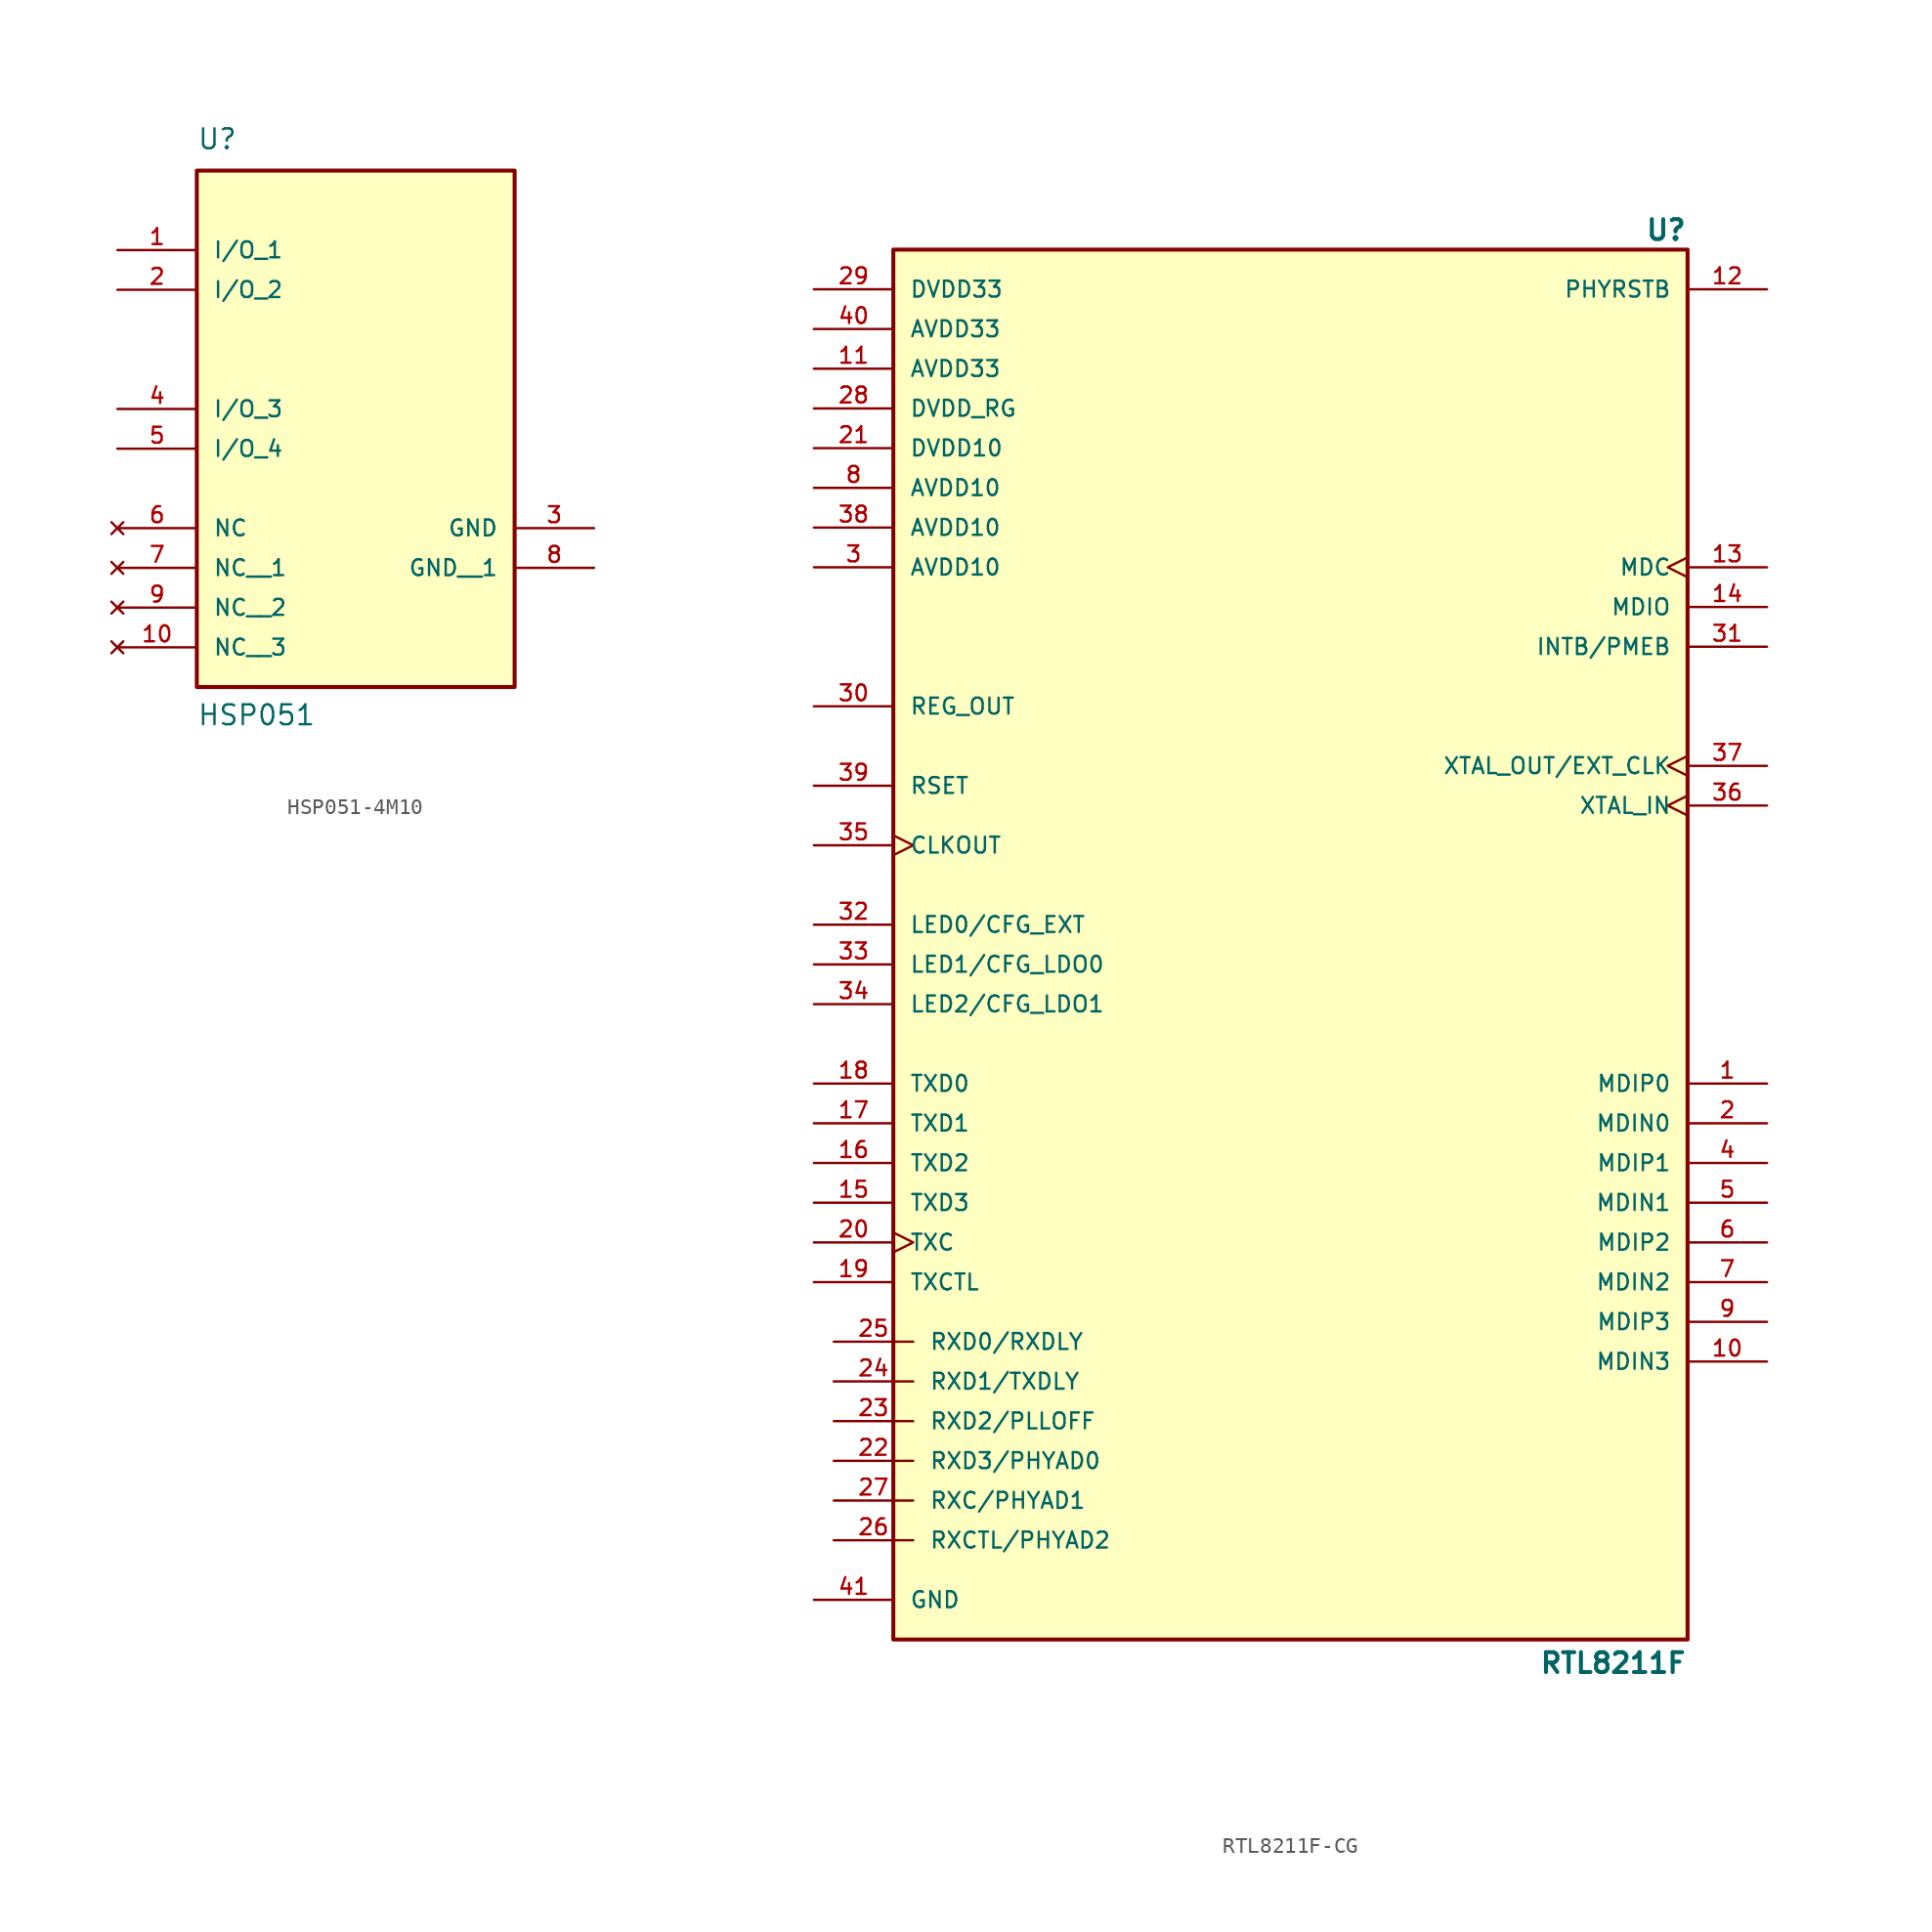
<source format=kicad_sym>
(kicad_symbol_lib
  (version 20231120)
  (generator "kicad_symbol_editor")
  (generator_version "8.0")
  (symbol "HSP051-4M10"
    (pin_names
      (offset 1.016))
    (property "Reference" "U"
      (at -10.16 13.97 0)
      (effects (font (size 1.27 1.27)) (justify left bottom)))
    (property "Value" "HSP051"
      (at -10.16 -22.86 0)
      (effects (font (size 1.27 1.27)) (justify left bottom)))
    (symbol "HSP051-4M10_0_0"
      (rectangle (start -10.16 -20.32) (end 10.16 12.7) (stroke (width 0.254) (type default)) (fill (type background)))
      (pin passive line (at -15.24 7.62 0) (length 5.08) (name "I/O_1" (effects (font (size 1.016 1.016)))) (number "1" (effects (font (size 1.016 1.016)))))
      (pin no_connect line (at -15.24 -17.78 0) (length 5.08) (name "NC__3" (effects (font (size 1.016 1.016)))) (number "10" (effects (font (size 1.016 1.016)))))
      (pin passive line (at -15.24 5.08 0) (length 5.08) (name "I/O_2" (effects (font (size 1.016 1.016)))) (number "2" (effects (font (size 1.016 1.016)))))
      (pin power_in line (at 15.24 -10.16 180) (length 5.08) (name "GND" (effects (font (size 1.016 1.016)))) (number "3" (effects (font (size 1.016 1.016)))))
      (pin passive line (at -15.24 -2.54 0) (length 5.08) (name "I/O_3" (effects (font (size 1.016 1.016)))) (number "4" (effects (font (size 1.016 1.016)))))
      (pin passive line (at -15.24 -5.08 0) (length 5.08) (name "I/O_4" (effects (font (size 1.016 1.016)))) (number "5" (effects (font (size 1.016 1.016)))))
      (pin no_connect line (at -15.24 -10.16 0) (length 5.08) (name "NC" (effects (font (size 1.016 1.016)))) (number "6" (effects (font (size 1.016 1.016)))))
      (pin no_connect line (at -15.24 -12.7 0) (length 5.08) (name "NC__1" (effects (font (size 1.016 1.016)))) (number "7" (effects (font (size 1.016 1.016)))))
      (pin power_in line (at 15.24 -12.7 180) (length 5.08) (name "GND__1" (effects (font (size 1.016 1.016)))) (number "8" (effects (font (size 1.016 1.016)))))
      (pin no_connect line (at -15.24 -15.24 0) (length 5.08) (name "NC__2" (effects (font (size 1.016 1.016)))) (number "9" (effects (font (size 1.016 1.016)))))))
  (symbol "RTL8211F-CG"
    (pin_names
      (offset 1.016))
    (property "Reference" "U"
      (at 25.4 51.308 0)
      (effects (font (size 1.27 1.27) (thickness 0.254) (bold yes)) (justify right bottom)))
    (property "Value" "RTL8211F"
      (at 25.4 -38.862 0)
      (effects (font (size 1.27 1.27) (thickness 0.254) (bold yes)) (justify right top)))
    (symbol "RTL8211F-CG_0_0"
      (rectangle (start -25.4 50.8) (end 25.4 -38.1) (stroke (width 0.254) (type default)) (fill (type background)))
      (pin bidirectional line (at 30.48 -2.54 180) (length 5.08) (name "MDIP0" (effects (font (size 1.016 1.016)))) (number "1" (effects (font (size 1.016 1.016)))))
      (pin bidirectional line (at 30.48 -20.32 180) (length 5.08) (name "MDIN3" (effects (font (size 1.016 1.016)))) (number "10" (effects (font (size 1.016 1.016)))))
      (pin power_in line (at -30.48 43.18 0) (length 5.08) (name "AVDD33" (effects (font (size 1.016 1.016)))) (number "11" (effects (font (size 1.016 1.016)))))
      (pin input line (at 30.48 48.26 180) (length 5.08) (name "PHYRSTB" (effects (font (size 1.016 1.016)))) (number "12" (effects (font (size 1.016 1.016)))))
      (pin input clock (at 30.48 30.48 180) (length 5.08) (name "MDC" (effects (font (size 1.016 1.016)))) (number "13" (effects (font (size 1.016 1.016)))))
      (pin bidirectional line (at 30.48 27.94 180) (length 5.08) (name "MDIO" (effects (font (size 1.016 1.016)))) (number "14" (effects (font (size 1.016 1.016)))))
      (pin input line (at -30.48 -10.16 0) (length 5.08) (name "TXD3" (effects (font (size 1.016 1.016)))) (number "15" (effects (font (size 1.016 1.016)))))
      (pin input line (at -30.48 -7.62 0) (length 5.08) (name "TXD2" (effects (font (size 1.016 1.016)))) (number "16" (effects (font (size 1.016 1.016)))))
      (pin input line (at -30.48 -5.08 0) (length 5.08) (name "TXD1" (effects (font (size 1.016 1.016)))) (number "17" (effects (font (size 1.016 1.016)))))
      (pin input line (at -30.48 -2.54 0) (length 5.08) (name "TXD0" (effects (font (size 1.016 1.016)))) (number "18" (effects (font (size 1.016 1.016)))))
      (pin input line (at -30.48 -15.24 0) (length 5.08) (name "TXCTL" (effects (font (size 1.016 1.016)))) (number "19" (effects (font (size 1.016 1.016)))))
      (pin bidirectional line (at 30.48 -5.08 180) (length 5.08) (name "MDIN0" (effects (font (size 1.016 1.016)))) (number "2" (effects (font (size 1.016 1.016)))))
      (pin input clock (at -30.48 -12.7 0) (length 5.08) (name "TXC" (effects (font (size 1.016 1.016)))) (number "20" (effects (font (size 1.016 1.016)))))
      (pin power_in line (at -30.48 38.1 0) (length 5.08) (name "DVDD10" (effects (font (size 1.016 1.016)))) (number "21" (effects (font (size 1.016 1.016)))))
      (pin bidirectional line (at -29.21 -26.67 0) (length 5.08) (name "RXD3/PHYAD0" (effects (font (size 1.016 1.016)))) (number "22" (effects (font (size 1.016 1.016)))))
      (pin bidirectional line (at -29.21 -24.13 0) (length 5.08) (name "RXD2/PLLOFF" (effects (font (size 1.016 1.016)))) (number "23" (effects (font (size 1.016 1.016)))))
      (pin bidirectional line (at -29.21 -21.59 0) (length 5.08) (name "RXD1/TXDLY" (effects (font (size 1.016 1.016)))) (number "24" (effects (font (size 1.016 1.016)))))
      (pin bidirectional line (at -29.21 -19.05 0) (length 5.08) (name "RXD0/RXDLY" (effects (font (size 1.016 1.016)))) (number "25" (effects (font (size 1.016 1.016)))))
      (pin bidirectional line (at -29.21 -31.75 0) (length 5.08) (name "RXCTL/PHYAD2" (effects (font (size 1.016 1.016)))) (number "26" (effects (font (size 1.016 1.016)))))
      (pin bidirectional line (at -29.21 -29.21 0) (length 5.08) (name "RXC/PHYAD1" (effects (font (size 1.016 1.016)))) (number "27" (effects (font (size 1.016 1.016)))))
      (pin power_in line (at -30.48 40.64 0) (length 5.08) (name "DVDD_RG" (effects (font (size 1.016 1.016)))) (number "28" (effects (font (size 1.016 1.016)))))
      (pin power_in line (at -30.48 48.26 0) (length 5.08) (name "DVDD33" (effects (font (size 1.016 1.016)))) (number "29" (effects (font (size 1.016 1.016)))))
      (pin power_in line (at -30.48 30.48 0) (length 5.08) (name "AVDD10" (effects (font (size 1.016 1.016)))) (number "3" (effects (font (size 1.016 1.016)))))
      (pin output line (at -30.48 21.59 0) (length 5.08) (name "REG_OUT" (effects (font (size 1.016 1.016)))) (number "30" (effects (font (size 1.016 1.016)))))
      (pin output line (at 30.48 25.4 180) (length 5.08) (name "INTB/PMEB" (effects (font (size 1.016 1.016)))) (number "31" (effects (font (size 1.016 1.016)))))
      (pin bidirectional line (at -30.48 7.62 0) (length 5.08) (name "LED0/CFG_EXT" (effects (font (size 1.016 1.016)))) (number "32" (effects (font (size 1.016 1.016)))))
      (pin bidirectional line (at -30.48 5.08 0) (length 5.08) (name "LED1/CFG_LDO0" (effects (font (size 1.016 1.016)))) (number "33" (effects (font (size 1.016 1.016)))))
      (pin bidirectional line (at -30.48 2.54 0) (length 5.08) (name "LED2/CFG_LDO1" (effects (font (size 1.016 1.016)))) (number "34" (effects (font (size 1.016 1.016)))))
      (pin output clock (at -30.48 12.7 0) (length 5.08) (name "CLKOUT" (effects (font (size 1.016 1.016)))) (number "35" (effects (font (size 1.016 1.016)))))
      (pin input clock (at 30.48 15.24 180) (length 5.08) (name "XTAL_IN" (effects (font (size 1.016 1.016)))) (number "36" (effects (font (size 1.016 1.016)))))
      (pin output clock (at 30.48 17.78 180) (length 5.08) (name "XTAL_OUT/EXT_CLK" (effects (font (size 1.016 1.016)))) (number "37" (effects (font (size 1.016 1.016)))))
      (pin power_in line (at -30.48 33.02 0) (length 5.08) (name "AVDD10" (effects (font (size 1.016 1.016)))) (number "38" (effects (font (size 1.016 1.016)))))
      (pin output line (at -30.48 16.51 0) (length 5.08) (name "RSET" (effects (font (size 1.016 1.016)))) (number "39" (effects (font (size 1.016 1.016)))))
      (pin bidirectional line (at 30.48 -7.62 180) (length 5.08) (name "MDIP1" (effects (font (size 1.016 1.016)))) (number "4" (effects (font (size 1.016 1.016)))))
      (pin power_in line (at -30.48 45.72 0) (length 5.08) (name "AVDD33" (effects (font (size 1.016 1.016)))) (number "40" (effects (font (size 1.016 1.016)))))
      (pin power_in line (at -30.48 -35.56 0) (length 5.08) (name "GND" (effects (font (size 1.016 1.016)))) (number "41" (effects (font (size 1.016 1.016)))))
      (pin bidirectional line (at 30.48 -10.16 180) (length 5.08) (name "MDIN1" (effects (font (size 1.016 1.016)))) (number "5" (effects (font (size 1.016 1.016)))))
      (pin bidirectional line (at 30.48 -12.7 180) (length 5.08) (name "MDIP2" (effects (font (size 1.016 1.016)))) (number "6" (effects (font (size 1.016 1.016)))))
      (pin bidirectional line (at 30.48 -15.24 180) (length 5.08) (name "MDIN2" (effects (font (size 1.016 1.016)))) (number "7" (effects (font (size 1.016 1.016)))))
      (pin power_in line (at -30.48 35.56 0) (length 5.08) (name "AVDD10" (effects (font (size 1.016 1.016)))) (number "8" (effects (font (size 1.016 1.016)))))
      (pin bidirectional line (at 30.48 -17.78 180) (length 5.08) (name "MDIP3" (effects (font (size 1.016 1.016)))) (number "9" (effects (font (size 1.016 1.016))))))))
</source>
